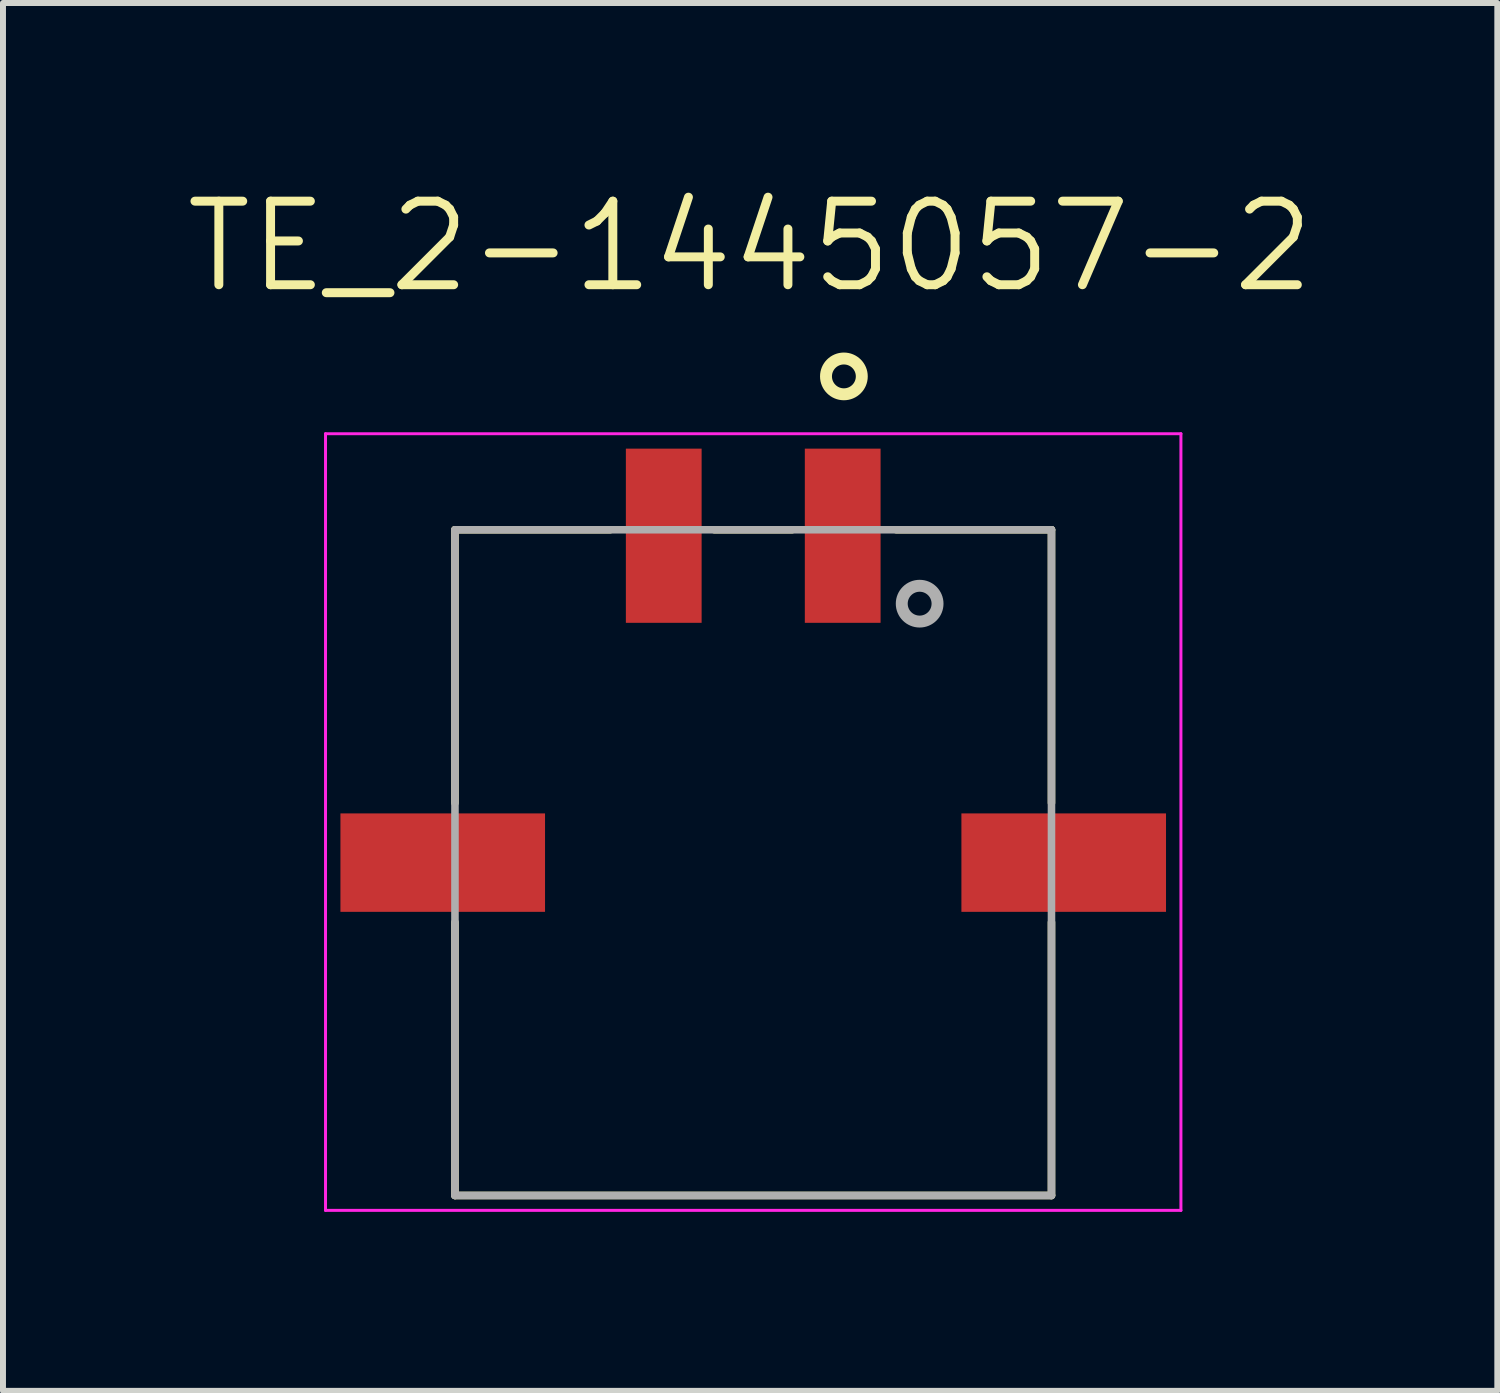
<source format=kicad_pcb>
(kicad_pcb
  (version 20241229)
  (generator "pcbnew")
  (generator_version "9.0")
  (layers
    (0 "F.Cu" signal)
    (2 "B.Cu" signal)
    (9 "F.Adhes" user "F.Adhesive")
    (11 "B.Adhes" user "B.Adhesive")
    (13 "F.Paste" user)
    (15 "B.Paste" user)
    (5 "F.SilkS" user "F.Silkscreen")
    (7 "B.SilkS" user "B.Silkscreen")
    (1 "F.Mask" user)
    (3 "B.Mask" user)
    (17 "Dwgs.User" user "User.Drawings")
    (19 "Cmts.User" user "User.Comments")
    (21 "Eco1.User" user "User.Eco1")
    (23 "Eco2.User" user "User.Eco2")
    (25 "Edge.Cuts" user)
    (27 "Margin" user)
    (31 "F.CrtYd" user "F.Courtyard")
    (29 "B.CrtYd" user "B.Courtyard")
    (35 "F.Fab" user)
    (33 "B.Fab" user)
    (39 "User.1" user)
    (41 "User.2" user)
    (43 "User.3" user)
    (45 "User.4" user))
  (footprint "TE_2-1445057-2"
    (layer "F.Cu")
    (at 9.577 11.411)
    (property "Reference" "TE_2-1445057-2" (at -0.052 -10.328 0) (layer "F.SilkS") (effects (font (size 1.401 1.401) (thickness 0.15))))
    (attr smd)
    (fp_line (start -5 -5.58) (end -5 -1) (stroke (width 0.127) (type solid)) (layer "F.SilkS"))
    (fp_line (start -5 -5.58) (end -2.4 -5.58) (stroke (width 0.127) (type solid)) (layer "F.SilkS"))
    (fp_line (start -5 1) (end -5 5.58) (stroke (width 0.127) (type solid)) (layer "F.SilkS"))
    (fp_line (start -5 5.58) (end 5 5.58) (stroke (width 0.127) (type solid)) (layer "F.SilkS"))
    (fp_line (start -0.65 -5.58) (end 0.65 -5.58) (stroke (width 0.127) (type solid)) (layer "F.SilkS"))
    (fp_line (start 5 -5.58) (end 2.4 -5.58) (stroke (width 0.127) (type solid)) (layer "F.SilkS"))
    (fp_line (start 5 -5.58) (end 5 -1) (stroke (width 0.127) (type solid)) (layer "F.SilkS"))
    (fp_line (start 5 1) (end 5 5.58) (stroke (width 0.127) (type solid)) (layer "F.SilkS"))
    (fp_circle (center 1.52 -8.151) (end 1.82 -8.151) (stroke (width 0.2) (type solid)) (fill no) (layer "F.SilkS"))
    (fp_line (start -7.17 -7.19) (end -7.17 5.83) (stroke (width 0.05) (type solid)) (layer "F.CrtYd"))
    (fp_line (start -7.17 5.83) (end 7.17 5.83) (stroke (width 0.05) (type solid)) (layer "F.CrtYd"))
    (fp_line (start 7.17 -7.19) (end -7.17 -7.19) (stroke (width 0.05) (type solid)) (layer "F.CrtYd"))
    (fp_line (start 7.17 5.83) (end 7.17 -7.19) (stroke (width 0.05) (type solid)) (layer "F.CrtYd"))
    (fp_line (start -5 -5.58) (end 5 -5.58) (stroke (width 0.127) (type solid)) (layer "F.Fab"))
    (fp_line (start -5 5.58) (end -5 -5.58) (stroke (width 0.127) (type solid)) (layer "F.Fab"))
    (fp_line (start -5 5.58) (end 5 5.58) (stroke (width 0.127) (type solid)) (layer "F.Fab"))
    (fp_line (start 5 5.58) (end 5 -5.58) (stroke (width 0.127) (type solid)) (layer "F.Fab"))
    (fp_circle (center 2.79 -4.341) (end 3.09 -4.341) (stroke (width 0.2) (type solid)) (fill no) (layer "F.Fab"))
    (pad "1" smd rect (at 1.5 -5.48) (size 1.27 2.92) (layers "F.Cu" "F.Mask" "F.Paste"))
    (pad "2" smd rect (at -1.5 -5.48) (size 1.27 2.92) (layers "F.Cu" "F.Mask" "F.Paste"))
    (pad "P1" smd rect (at 5.205 0) (size 3.43 1.65) (layers "F.Cu" "F.Mask" "F.Paste"))
    (pad "P2" smd rect (at -5.205 0) (size 3.43 1.65) (layers "F.Cu" "F.Mask" "F.Paste")))
  (gr_rect
    (start -3 -3)
    (end 22.051 20.266)
    (stroke (width 0.1) (type default))
    (fill no)
    (layer "Edge.Cuts")))
</source>
